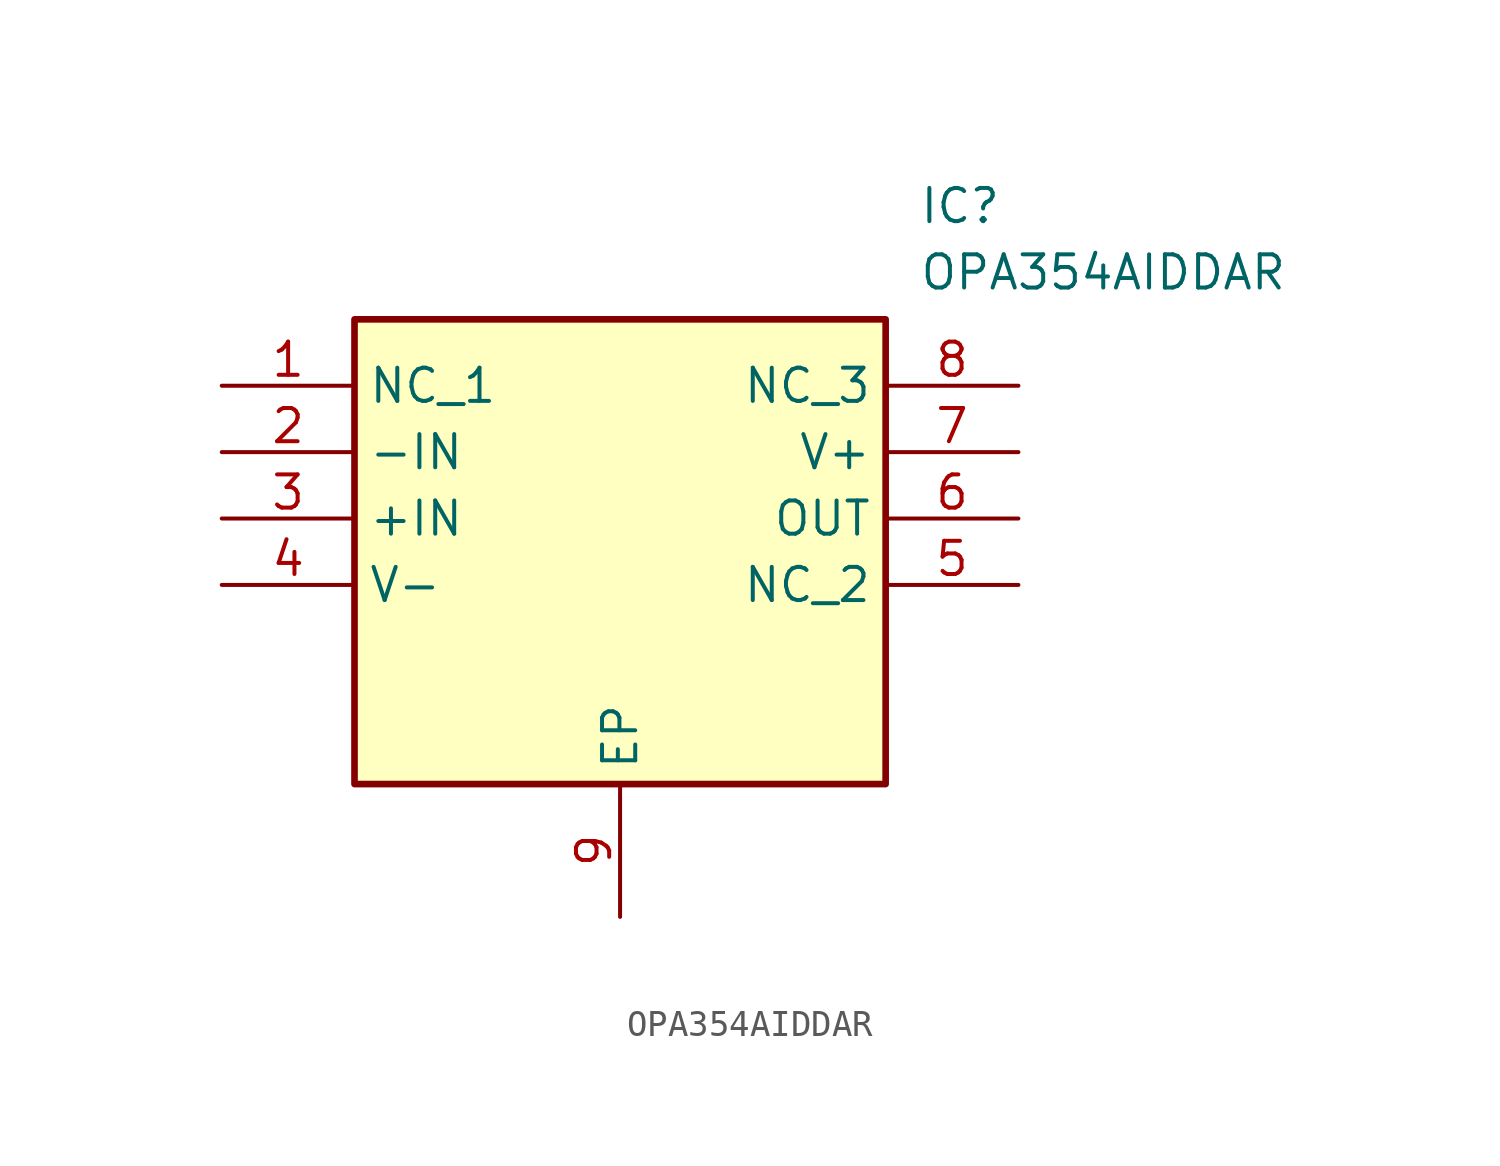
<source format=kicad_sym>
(kicad_symbol_lib
  (version 20211014)
  (generator SamacSys_ECAD_Model)
  (symbol "OPA354AIDDAR"
    (property "Reference" "IC"
      (at 26.67 7.62 0)
      (effects (font (size 1.27 1.27)) (justify left top)))
    (property "Value" "OPA354AIDDAR"
      (at 26.67 5.08 0)
      (effects (font (size 1.27 1.27)) (justify left top)))
    (rectangle
      (start 5.08 2.54)
      (end 25.4 -15.24)
      (stroke (width 0.254) (type default))
      (fill (type background)))
    (pin passive line
      (at 0 0 0)
      (length 5.08)
      (name "NC_1" (effects (font (size 1.27 1.27))))
      (number "1" (effects (font (size 1.27 1.27)))))
    (pin passive line
      (at 0 -2.54 0)
      (length 5.08)
      (name "-IN" (effects (font (size 1.27 1.27))))
      (number "2" (effects (font (size 1.27 1.27)))))
    (pin passive line
      (at 0 -5.08 0)
      (length 5.08)
      (name "+IN" (effects (font (size 1.27 1.27))))
      (number "3" (effects (font (size 1.27 1.27)))))
    (pin passive line
      (at 0 -7.62 0)
      (length 5.08)
      (name "V-" (effects (font (size 1.27 1.27))))
      (number "4" (effects (font (size 1.27 1.27)))))
    (pin passive line
      (at 15.24 -20.32 90)
      (length 5.08)
      (name "EP" (effects (font (size 1.27 1.27))))
      (number "9" (effects (font (size 1.27 1.27)))))
    (pin passive line
      (at 30.48 0 180)
      (length 5.08)
      (name "NC_3" (effects (font (size 1.27 1.27))))
      (number "8" (effects (font (size 1.27 1.27)))))
    (pin passive line
      (at 30.48 -2.54 180)
      (length 5.08)
      (name "V+" (effects (font (size 1.27 1.27))))
      (number "7" (effects (font (size 1.27 1.27)))))
    (pin passive line
      (at 30.48 -5.08 180)
      (length 5.08)
      (name "OUT" (effects (font (size 1.27 1.27))))
      (number "6" (effects (font (size 1.27 1.27)))))
    (pin passive line
      (at 30.48 -7.62 180)
      (length 5.08)
      (name "NC_2" (effects (font (size 1.27 1.27))))
      (number "5" (effects (font (size 1.27 1.27)))))))
</source>
